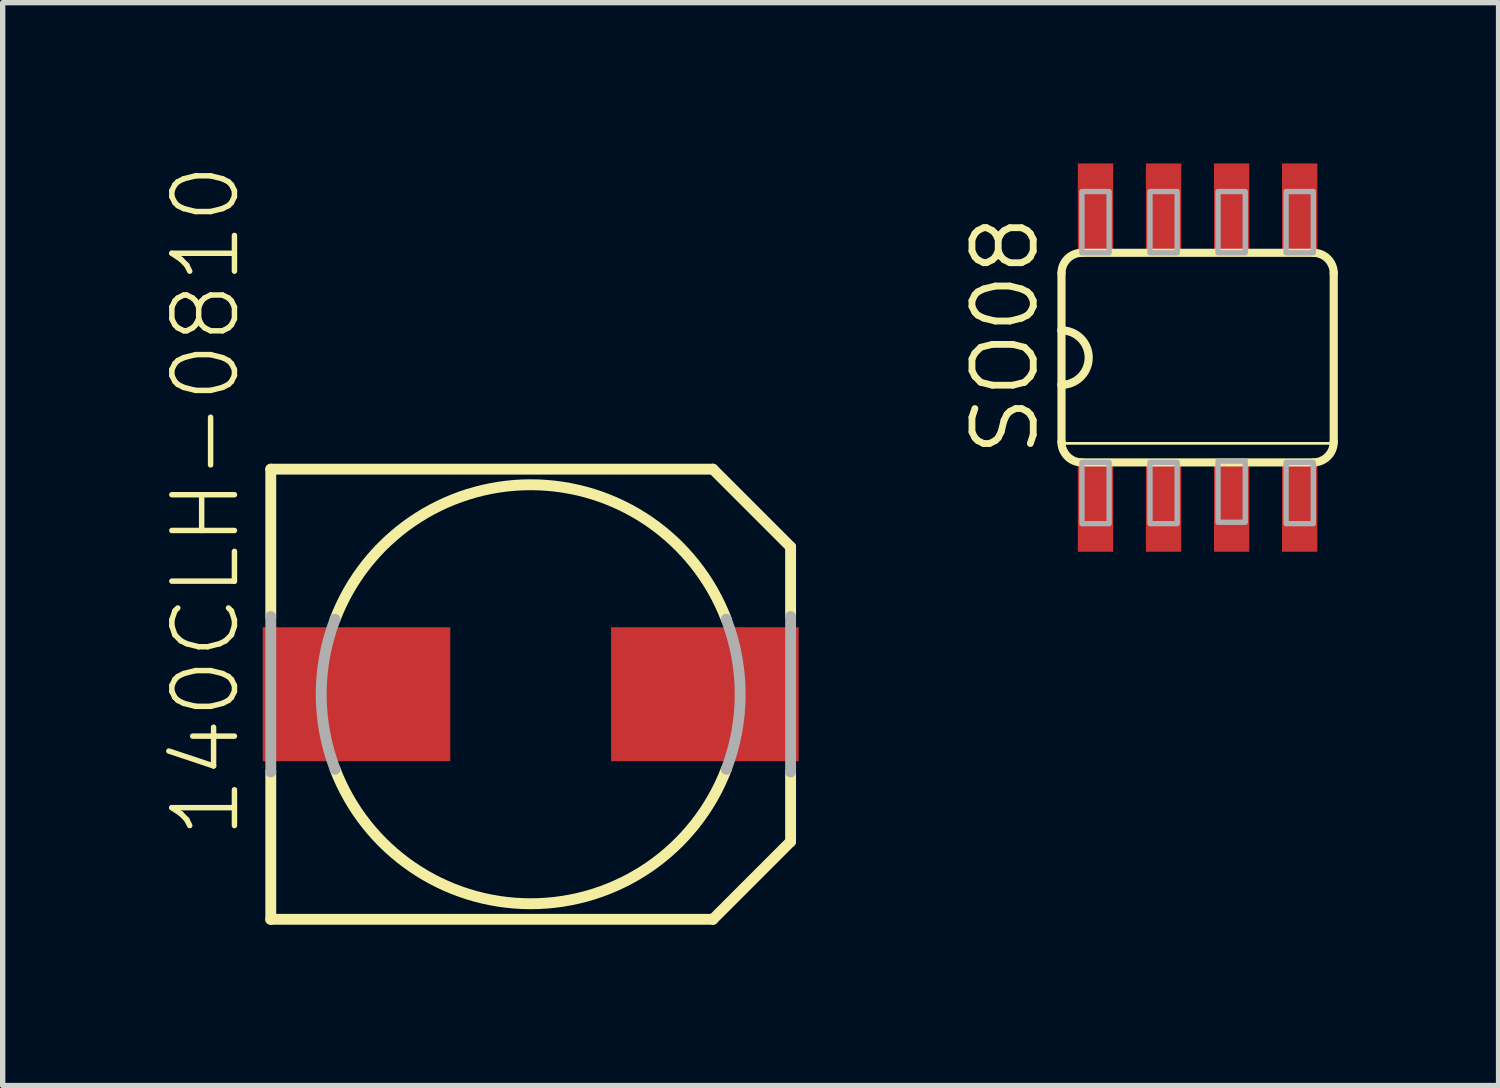
<source format=kicad_pcb>
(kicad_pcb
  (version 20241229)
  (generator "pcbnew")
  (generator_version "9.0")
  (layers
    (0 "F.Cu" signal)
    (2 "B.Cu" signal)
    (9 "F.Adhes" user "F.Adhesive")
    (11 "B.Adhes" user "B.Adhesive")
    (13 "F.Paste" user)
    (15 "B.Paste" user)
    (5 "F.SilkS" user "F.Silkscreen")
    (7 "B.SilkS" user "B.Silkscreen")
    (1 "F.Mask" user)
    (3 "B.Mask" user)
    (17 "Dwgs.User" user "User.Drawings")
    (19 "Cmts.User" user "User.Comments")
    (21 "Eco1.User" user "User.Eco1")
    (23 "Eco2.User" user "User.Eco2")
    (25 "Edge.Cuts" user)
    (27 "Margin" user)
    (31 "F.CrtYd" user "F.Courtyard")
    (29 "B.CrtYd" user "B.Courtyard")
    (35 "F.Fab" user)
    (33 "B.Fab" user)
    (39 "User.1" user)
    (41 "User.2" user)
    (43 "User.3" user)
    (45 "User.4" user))
  (footprint "140CLH-0810"
    (layer "F.Cu")
    (at 6.853 9.905)
    (property "Reference" "140CLH-0810" (at -5.38 2.74 90) (layer "F.SilkS") (effects (font (size 1.168 1.168) (thickness 0.102)) (justify left bottom)))
    (fp_line (start -4.85 -4.2) (end 3.4 -4.2) (stroke (width 0.203) (type solid)) (layer "F.SilkS"))
    (fp_line (start -4.85 -1.45) (end -4.85 -4.2) (stroke (width 0.203) (type solid)) (layer "F.SilkS"))
    (fp_line (start -4.85 4.2) (end -4.85 1.45) (stroke (width 0.203) (type solid)) (layer "F.SilkS"))
    (fp_line (start 3.4 4.2) (end -4.85 4.2) (stroke (width 0.203) (type solid)) (layer "F.SilkS"))
    (fp_line (start 4.85 -2.75) (end 3.4 -4.2) (stroke (width 0.203) (type solid)) (layer "F.SilkS"))
    (fp_line (start 4.85 -2.75) (end 4.85 -1.45) (stroke (width 0.203) (type solid)) (layer "F.SilkS"))
    (fp_line (start 4.85 1.45) (end 4.85 2.75) (stroke (width 0.203) (type solid)) (layer "F.SilkS"))
    (fp_line (start 4.85 2.75) (end 3.4 4.2) (stroke (width 0.203) (type solid)) (layer "F.SilkS"))
    (fp_arc (start -3.65 -1.4) (mid 0 -3.909284) (end 3.65 -1.4) (stroke (width 0.2032) (type solid)) (layer "F.SilkS"))
    (fp_arc (start 3.65 1.4) (mid 0 3.909284) (end -3.65 1.4) (stroke (width 0.2032) (type solid)) (layer "F.SilkS"))
    (fp_line (start -4.85 1.45) (end -4.85 -1.45) (stroke (width 0.203) (type solid)) (layer "F.Fab"))
    (fp_line (start 4.85 -1.45) (end 4.85 1.45) (stroke (width 0.203) (type solid)) (layer "F.Fab"))
    (fp_arc (start -3.65 1.4) (mid -3.909284 0) (end -3.65 -1.4) (stroke (width 0.2032) (type solid)) (layer "F.Fab"))
    (fp_arc (start 3.65 -1.4) (mid 3.909284 0) (end 3.65 1.4) (stroke (width 0.2032) (type solid)) (layer "F.Fab"))
    (pad "+" smd rect (at 3.25 0) (size 3.5 2.5) (layers "F.Cu" "F.Mask" "F.Paste"))
    (pad "-" smd rect (at -3.25 0) (size 3.5 2.5) (layers "F.Cu" "F.Mask" "F.Paste")))
  (footprint "SO08"
    (layer "F.Cu")
    (at 19.298 3.623)
    (property "Reference" "SO08" (at -2.921 1.905 90) (layer "F.SilkS") (effects (font (size 1.143 1.143) (thickness 0.127)) (justify left bottom)))
    (fp_line (start -2.54 -1.575) (end -2.54 -0.508) (stroke (width 0.152) (type solid)) (layer "F.SilkS"))
    (fp_line (start -2.54 -0.508) (end -2.54 0.508) (stroke (width 0.152) (type solid)) (layer "F.SilkS"))
    (fp_line (start -2.54 0.508) (end -2.54 1.575) (stroke (width 0.152) (type solid)) (layer "F.SilkS"))
    (fp_line (start -2.54 1.6) (end 2.54 1.6) (stroke (width 0.051) (type solid)) (layer "F.SilkS"))
    (fp_line (start -2.159 1.956) (end 2.159 1.956) (stroke (width 0.152) (type solid)) (layer "F.SilkS"))
    (fp_line (start 2.159 -1.956) (end -2.159 -1.956) (stroke (width 0.152) (type solid)) (layer "F.SilkS"))
    (fp_line (start 2.54 1.575) (end 2.54 -1.575) (stroke (width 0.152) (type solid)) (layer "F.SilkS"))
    (fp_arc (start -2.54 -1.5748) (mid -2.428408 -1.844208) (end -2.159 -1.9558) (stroke (width 0.1524) (type solid)) (layer "F.SilkS"))
    (fp_arc (start -2.54 -0.508) (mid -2.032 0) (end -2.54 0.508) (stroke (width 0.1524) (type solid)) (layer "F.SilkS"))
    (fp_arc (start -2.159 1.9558) (mid -2.428408 1.844208) (end -2.54 1.5748) (stroke (width 0.1524) (type solid)) (layer "F.SilkS"))
    (fp_arc (start 2.159 -1.9558) (mid 2.428408 -1.844208) (end 2.54 -1.5748) (stroke (width 0.1524) (type solid)) (layer "F.SilkS"))
    (fp_arc (start 2.54 1.5748) (mid 2.428408 1.844208) (end 2.159 1.9558) (stroke (width 0.1524) (type solid)) (layer "F.SilkS"))
    (fp_poly (pts (xy -2.159 -1.956) (xy -1.651 -1.956) (xy -1.651 -3.099) (xy -2.159 -3.099)) (stroke (width 0.1) (type default)) (fill no) (layer "F.Fab"))
    (fp_poly (pts (xy -2.159 3.099) (xy -1.651 3.099) (xy -1.651 1.956) (xy -2.159 1.956)) (stroke (width 0.1) (type default)) (fill no) (layer "F.Fab"))
    (fp_poly (pts (xy -0.889 -1.956) (xy -0.381 -1.956) (xy -0.381 -3.099) (xy -0.889 -3.099)) (stroke (width 0.1) (type default)) (fill no) (layer "F.Fab"))
    (fp_poly (pts (xy -0.889 3.099) (xy -0.381 3.099) (xy -0.381 1.956) (xy -0.889 1.956)) (stroke (width 0.1) (type default)) (fill no) (layer "F.Fab"))
    (fp_poly (pts (xy 0.381 -1.956) (xy 0.889 -1.956) (xy 0.889 -3.099) (xy 0.381 -3.099)) (stroke (width 0.1) (type default)) (fill no) (layer "F.Fab"))
    (fp_poly (pts (xy 0.381 3.073) (xy 0.889 3.073) (xy 0.889 1.93) (xy 0.381 1.93)) (stroke (width 0.1) (type default)) (fill no) (layer "F.Fab"))
    (fp_poly (pts (xy 1.651 -1.956) (xy 2.159 -1.956) (xy 2.159 -3.099) (xy 1.651 -3.099)) (stroke (width 0.1) (type default)) (fill no) (layer "F.Fab"))
    (fp_poly (pts (xy 1.651 3.099) (xy 2.159 3.099) (xy 2.159 1.956) (xy 1.651 1.956)) (stroke (width 0.1) (type default)) (fill no) (layer "F.Fab"))
    (pad "1" smd rect (at -1.905 2.823) (size 0.66 1.6) (layers "F.Cu" "F.Mask" "F.Paste"))
    (pad "2" smd rect (at -0.635 2.823) (size 0.66 1.6) (layers "F.Cu" "F.Mask" "F.Paste"))
    (pad "3" smd rect (at 0.635 2.823) (size 0.66 1.6) (layers "F.Cu" "F.Mask" "F.Paste"))
    (pad "4" smd rect (at 1.905 2.823) (size 0.66 1.6) (layers "F.Cu" "F.Mask" "F.Paste"))
    (pad "5" smd rect (at 1.905 -2.823) (size 0.66 1.6) (layers "F.Cu" "F.Mask" "F.Paste"))
    (pad "6" smd rect (at 0.635 -2.823) (size 0.66 1.6) (layers "F.Cu" "F.Mask" "F.Paste"))
    (pad "7" smd rect (at -0.635 -2.823) (size 0.66 1.6) (layers "F.Cu" "F.Mask" "F.Paste"))
    (pad "8" smd rect (at -1.905 -2.823) (size 0.66 1.6) (layers "F.Cu" "F.Mask" "F.Paste")))
  (gr_rect
    (start -3 -3)
    (end 24.914 17.207)
    (stroke (width 0.1) (type default))
    (fill no)
    (layer "Edge.Cuts")))
</source>
